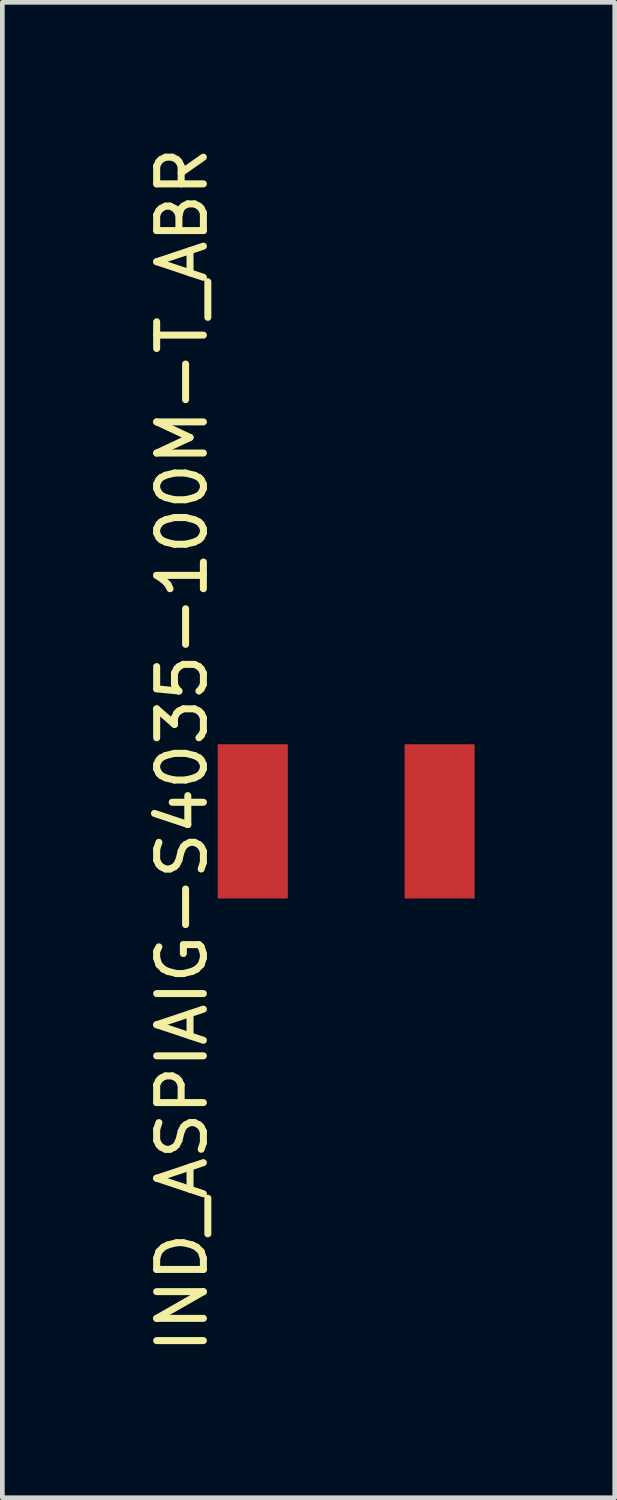
<source format=kicad_pcb>
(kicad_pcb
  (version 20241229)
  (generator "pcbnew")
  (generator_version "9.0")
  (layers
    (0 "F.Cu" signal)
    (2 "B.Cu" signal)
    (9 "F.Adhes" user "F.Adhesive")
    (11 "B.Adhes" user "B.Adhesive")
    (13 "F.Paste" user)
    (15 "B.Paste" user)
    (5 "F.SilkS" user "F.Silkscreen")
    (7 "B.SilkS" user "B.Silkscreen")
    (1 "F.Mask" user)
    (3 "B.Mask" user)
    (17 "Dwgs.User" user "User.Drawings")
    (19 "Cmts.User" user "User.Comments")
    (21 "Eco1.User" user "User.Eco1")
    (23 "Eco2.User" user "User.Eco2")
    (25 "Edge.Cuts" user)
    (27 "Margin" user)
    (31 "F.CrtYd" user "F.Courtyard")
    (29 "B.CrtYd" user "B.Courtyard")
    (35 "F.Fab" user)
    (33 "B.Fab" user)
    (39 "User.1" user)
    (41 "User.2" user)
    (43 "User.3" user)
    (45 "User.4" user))
  (footprint "IND_ASPIAIG-S4035-100M-T_ABR"
    (layer "F.Cu")
    (at 4.36 14.533)
    (property "Reference" "IND_ASPIAIG-S4035-100M-T_ABR" (at -3.511 -1.528 90) (unlocked yes) (layer "F.SilkS") (effects (font (size 1 1) (thickness 0.15))))
    (attr smd board_only exclude_from_bom dnp)
    (pad "1" smd rect (at -2 0) (size 1.5 3.302) (layers "F.Cu" "F.Mask" "F.Paste"))
    (pad "2" smd rect (at 2 0) (size 1.5 3.302) (layers "F.Cu" "F.Mask" "F.Paste")))
  (gr_rect
    (start -3 -3)
    (end 10.11 29.012)
    (stroke (width 0.1) (type default))
    (fill no)
    (layer "Edge.Cuts")))
</source>
